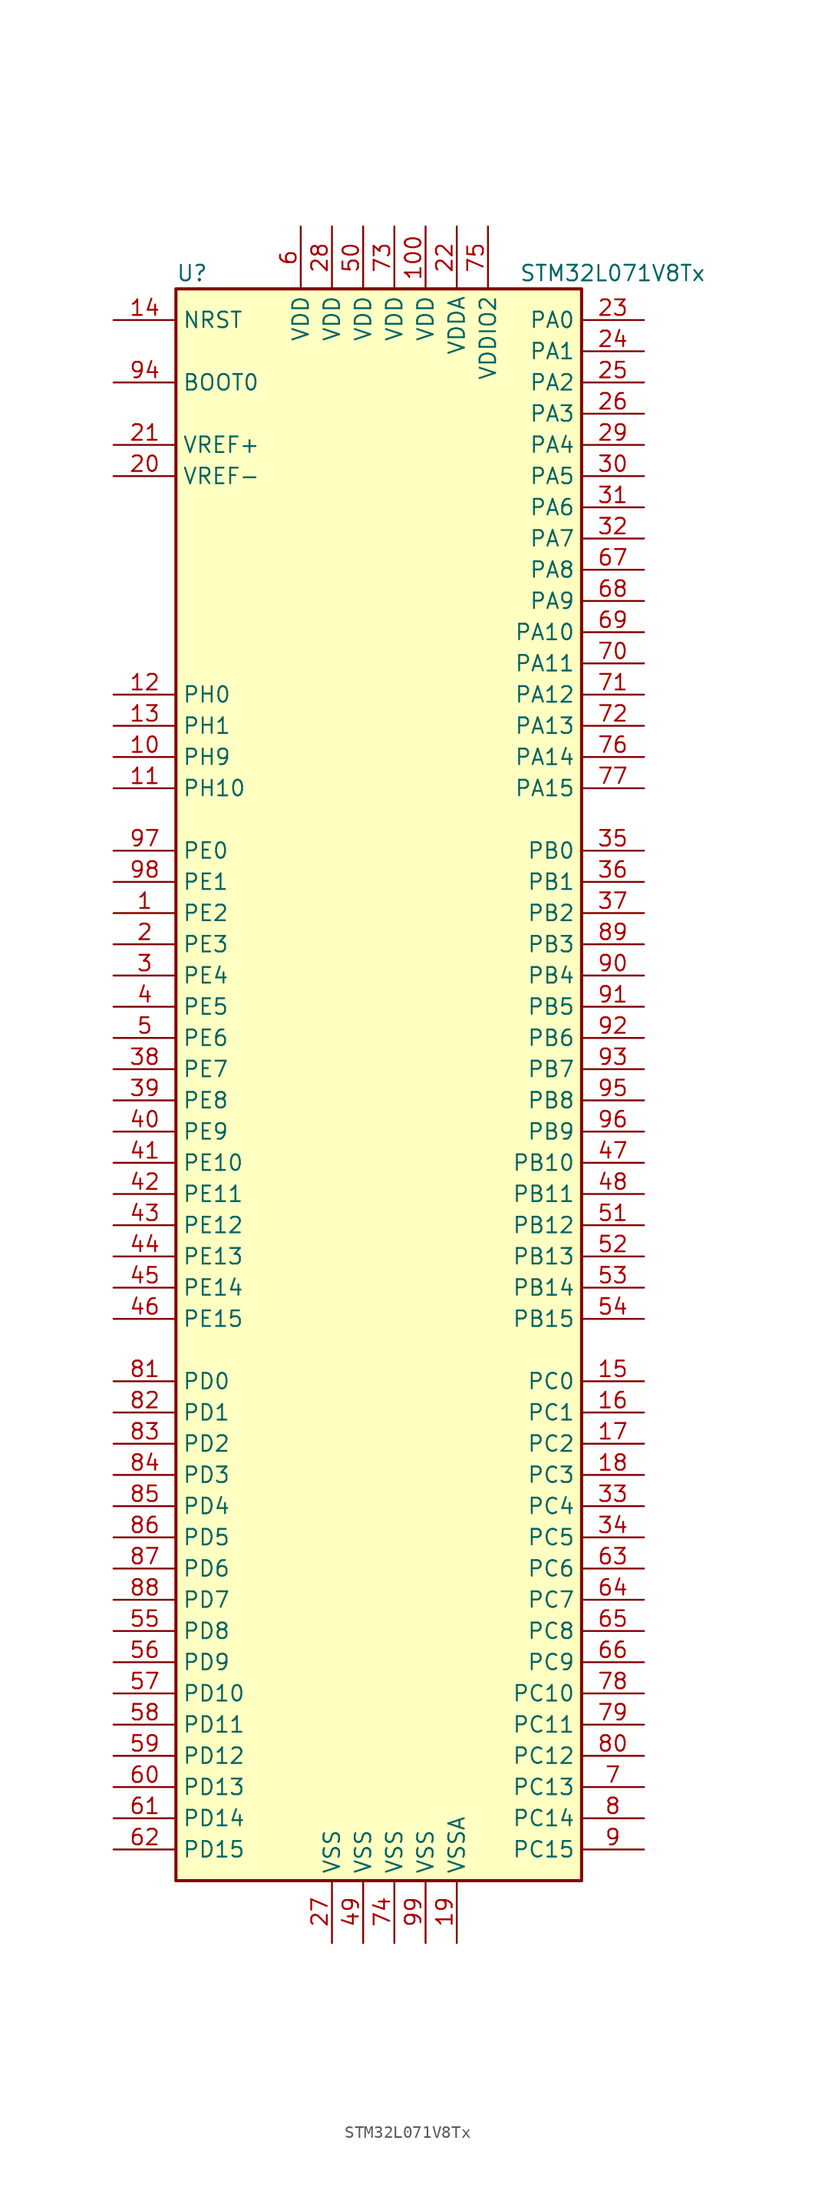
<source format=kicad_sym>
(kicad_symbol_lib
  (version 20201005)
  (generator kicad_symbol_editor)
  (symbol "MCU_ST_STM32L0:STM32L071V8Tx"
    (property "Reference" "U"
      (at -17.78 64.77 0)
      (effects (font (size 1.27 1.27)) (justify left)))
    (property "Value" "STM32L071V8Tx"
      (at 10.16 64.77 0)
      (effects (font (size 1.27 1.27)) (justify left)))
    (symbol "STM32L071V8Tx_0_1"
      (rectangle (start -17.78 -66.04) (end 15.24 63.5) (stroke (width 0.254)) (fill (type background))))
    (symbol "STM32L071V8Tx_1_1"
      (pin input line (at -22.86 55.88 0) (length 5.08) (name "BOOT0" (effects (font (size 1.27 1.27)))) (number "94" (effects (font (size 1.27 1.27)))))
      (pin input line (at -22.86 60.96 0) (length 5.08) (name "NRST" (effects (font (size 1.27 1.27)))) (number "14" (effects (font (size 1.27 1.27)))))
      (pin bidirectional line (at 20.32 60.96 180) (length 5.08) (name "PA0" (effects (font (size 1.27 1.27)))) (number "23" (effects (font (size 1.27 1.27)))))
      (pin bidirectional line (at 20.32 58.42 180) (length 5.08) (name "PA1" (effects (font (size 1.27 1.27)))) (number "24" (effects (font (size 1.27 1.27)))))
      (pin bidirectional line (at 20.32 35.56 180) (length 5.08) (name "PA10" (effects (font (size 1.27 1.27)))) (number "69" (effects (font (size 1.27 1.27)))))
      (pin bidirectional line (at 20.32 33.02 180) (length 5.08) (name "PA11" (effects (font (size 1.27 1.27)))) (number "70" (effects (font (size 1.27 1.27)))))
      (pin bidirectional line (at 20.32 30.48 180) (length 5.08) (name "PA12" (effects (font (size 1.27 1.27)))) (number "71" (effects (font (size 1.27 1.27)))))
      (pin bidirectional line (at 20.32 27.94 180) (length 5.08) (name "PA13" (effects (font (size 1.27 1.27)))) (number "72" (effects (font (size 1.27 1.27)))))
      (pin bidirectional line (at 20.32 25.4 180) (length 5.08) (name "PA14" (effects (font (size 1.27 1.27)))) (number "76" (effects (font (size 1.27 1.27)))))
      (pin bidirectional line (at 20.32 22.86 180) (length 5.08) (name "PA15" (effects (font (size 1.27 1.27)))) (number "77" (effects (font (size 1.27 1.27)))))
      (pin bidirectional line (at 20.32 55.88 180) (length 5.08) (name "PA2" (effects (font (size 1.27 1.27)))) (number "25" (effects (font (size 1.27 1.27)))))
      (pin bidirectional line (at 20.32 53.34 180) (length 5.08) (name "PA3" (effects (font (size 1.27 1.27)))) (number "26" (effects (font (size 1.27 1.27)))))
      (pin bidirectional line (at 20.32 50.8 180) (length 5.08) (name "PA4" (effects (font (size 1.27 1.27)))) (number "29" (effects (font (size 1.27 1.27)))))
      (pin bidirectional line (at 20.32 48.26 180) (length 5.08) (name "PA5" (effects (font (size 1.27 1.27)))) (number "30" (effects (font (size 1.27 1.27)))))
      (pin bidirectional line (at 20.32 45.72 180) (length 5.08) (name "PA6" (effects (font (size 1.27 1.27)))) (number "31" (effects (font (size 1.27 1.27)))))
      (pin bidirectional line (at 20.32 43.18 180) (length 5.08) (name "PA7" (effects (font (size 1.27 1.27)))) (number "32" (effects (font (size 1.27 1.27)))))
      (pin bidirectional line (at 20.32 40.64 180) (length 5.08) (name "PA8" (effects (font (size 1.27 1.27)))) (number "67" (effects (font (size 1.27 1.27)))))
      (pin bidirectional line (at 20.32 38.1 180) (length 5.08) (name "PA9" (effects (font (size 1.27 1.27)))) (number "68" (effects (font (size 1.27 1.27)))))
      (pin bidirectional line (at 20.32 17.78 180) (length 5.08) (name "PB0" (effects (font (size 1.27 1.27)))) (number "35" (effects (font (size 1.27 1.27)))))
      (pin bidirectional line (at 20.32 15.24 180) (length 5.08) (name "PB1" (effects (font (size 1.27 1.27)))) (number "36" (effects (font (size 1.27 1.27)))))
      (pin bidirectional line (at 20.32 -7.62 180) (length 5.08) (name "PB10" (effects (font (size 1.27 1.27)))) (number "47" (effects (font (size 1.27 1.27)))))
      (pin bidirectional line (at 20.32 -10.16 180) (length 5.08) (name "PB11" (effects (font (size 1.27 1.27)))) (number "48" (effects (font (size 1.27 1.27)))))
      (pin bidirectional line (at 20.32 -12.7 180) (length 5.08) (name "PB12" (effects (font (size 1.27 1.27)))) (number "51" (effects (font (size 1.27 1.27)))))
      (pin bidirectional line (at 20.32 -15.24 180) (length 5.08) (name "PB13" (effects (font (size 1.27 1.27)))) (number "52" (effects (font (size 1.27 1.27)))))
      (pin bidirectional line (at 20.32 -17.78 180) (length 5.08) (name "PB14" (effects (font (size 1.27 1.27)))) (number "53" (effects (font (size 1.27 1.27)))))
      (pin bidirectional line (at 20.32 -20.32 180) (length 5.08) (name "PB15" (effects (font (size 1.27 1.27)))) (number "54" (effects (font (size 1.27 1.27)))))
      (pin bidirectional line (at 20.32 12.7 180) (length 5.08) (name "PB2" (effects (font (size 1.27 1.27)))) (number "37" (effects (font (size 1.27 1.27)))))
      (pin bidirectional line (at 20.32 10.16 180) (length 5.08) (name "PB3" (effects (font (size 1.27 1.27)))) (number "89" (effects (font (size 1.27 1.27)))))
      (pin bidirectional line (at 20.32 7.62 180) (length 5.08) (name "PB4" (effects (font (size 1.27 1.27)))) (number "90" (effects (font (size 1.27 1.27)))))
      (pin bidirectional line (at 20.32 5.08 180) (length 5.08) (name "PB5" (effects (font (size 1.27 1.27)))) (number "91" (effects (font (size 1.27 1.27)))))
      (pin bidirectional line (at 20.32 2.54 180) (length 5.08) (name "PB6" (effects (font (size 1.27 1.27)))) (number "92" (effects (font (size 1.27 1.27)))))
      (pin bidirectional line (at 20.32 0 180) (length 5.08) (name "PB7" (effects (font (size 1.27 1.27)))) (number "93" (effects (font (size 1.27 1.27)))))
      (pin bidirectional line (at 20.32 -2.54 180) (length 5.08) (name "PB8" (effects (font (size 1.27 1.27)))) (number "95" (effects (font (size 1.27 1.27)))))
      (pin bidirectional line (at 20.32 -5.08 180) (length 5.08) (name "PB9" (effects (font (size 1.27 1.27)))) (number "96" (effects (font (size 1.27 1.27)))))
      (pin bidirectional line (at 20.32 -25.4 180) (length 5.08) (name "PC0" (effects (font (size 1.27 1.27)))) (number "15" (effects (font (size 1.27 1.27)))))
      (pin bidirectional line (at 20.32 -27.94 180) (length 5.08) (name "PC1" (effects (font (size 1.27 1.27)))) (number "16" (effects (font (size 1.27 1.27)))))
      (pin bidirectional line (at 20.32 -50.8 180) (length 5.08) (name "PC10" (effects (font (size 1.27 1.27)))) (number "78" (effects (font (size 1.27 1.27)))))
      (pin bidirectional line (at 20.32 -53.34 180) (length 5.08) (name "PC11" (effects (font (size 1.27 1.27)))) (number "79" (effects (font (size 1.27 1.27)))))
      (pin bidirectional line (at 20.32 -55.88 180) (length 5.08) (name "PC12" (effects (font (size 1.27 1.27)))) (number "80" (effects (font (size 1.27 1.27)))))
      (pin bidirectional line (at 20.32 -58.42 180) (length 5.08) (name "PC13" (effects (font (size 1.27 1.27)))) (number "7" (effects (font (size 1.27 1.27)))))
      (pin bidirectional line (at 20.32 -60.96 180) (length 5.08) (name "PC14" (effects (font (size 1.27 1.27)))) (number "8" (effects (font (size 1.27 1.27)))))
      (pin bidirectional line (at 20.32 -63.5 180) (length 5.08) (name "PC15" (effects (font (size 1.27 1.27)))) (number "9" (effects (font (size 1.27 1.27)))))
      (pin bidirectional line (at 20.32 -30.48 180) (length 5.08) (name "PC2" (effects (font (size 1.27 1.27)))) (number "17" (effects (font (size 1.27 1.27)))))
      (pin bidirectional line (at 20.32 -33.02 180) (length 5.08) (name "PC3" (effects (font (size 1.27 1.27)))) (number "18" (effects (font (size 1.27 1.27)))))
      (pin bidirectional line (at 20.32 -35.56 180) (length 5.08) (name "PC4" (effects (font (size 1.27 1.27)))) (number "33" (effects (font (size 1.27 1.27)))))
      (pin bidirectional line (at 20.32 -38.1 180) (length 5.08) (name "PC5" (effects (font (size 1.27 1.27)))) (number "34" (effects (font (size 1.27 1.27)))))
      (pin bidirectional line (at 20.32 -40.64 180) (length 5.08) (name "PC6" (effects (font (size 1.27 1.27)))) (number "63" (effects (font (size 1.27 1.27)))))
      (pin bidirectional line (at 20.32 -43.18 180) (length 5.08) (name "PC7" (effects (font (size 1.27 1.27)))) (number "64" (effects (font (size 1.27 1.27)))))
      (pin bidirectional line (at 20.32 -45.72 180) (length 5.08) (name "PC8" (effects (font (size 1.27 1.27)))) (number "65" (effects (font (size 1.27 1.27)))))
      (pin bidirectional line (at 20.32 -48.26 180) (length 5.08) (name "PC9" (effects (font (size 1.27 1.27)))) (number "66" (effects (font (size 1.27 1.27)))))
      (pin bidirectional line (at -22.86 -25.4 0) (length 5.08) (name "PD0" (effects (font (size 1.27 1.27)))) (number "81" (effects (font (size 1.27 1.27)))))
      (pin bidirectional line (at -22.86 -27.94 0) (length 5.08) (name "PD1" (effects (font (size 1.27 1.27)))) (number "82" (effects (font (size 1.27 1.27)))))
      (pin bidirectional line (at -22.86 -50.8 0) (length 5.08) (name "PD10" (effects (font (size 1.27 1.27)))) (number "57" (effects (font (size 1.27 1.27)))))
      (pin bidirectional line (at -22.86 -53.34 0) (length 5.08) (name "PD11" (effects (font (size 1.27 1.27)))) (number "58" (effects (font (size 1.27 1.27)))))
      (pin bidirectional line (at -22.86 -55.88 0) (length 5.08) (name "PD12" (effects (font (size 1.27 1.27)))) (number "59" (effects (font (size 1.27 1.27)))))
      (pin bidirectional line (at -22.86 -58.42 0) (length 5.08) (name "PD13" (effects (font (size 1.27 1.27)))) (number "60" (effects (font (size 1.27 1.27)))))
      (pin bidirectional line (at -22.86 -60.96 0) (length 5.08) (name "PD14" (effects (font (size 1.27 1.27)))) (number "61" (effects (font (size 1.27 1.27)))))
      (pin bidirectional line (at -22.86 -63.5 0) (length 5.08) (name "PD15" (effects (font (size 1.27 1.27)))) (number "62" (effects (font (size 1.27 1.27)))))
      (pin bidirectional line (at -22.86 -30.48 0) (length 5.08) (name "PD2" (effects (font (size 1.27 1.27)))) (number "83" (effects (font (size 1.27 1.27)))))
      (pin bidirectional line (at -22.86 -33.02 0) (length 5.08) (name "PD3" (effects (font (size 1.27 1.27)))) (number "84" (effects (font (size 1.27 1.27)))))
      (pin bidirectional line (at -22.86 -35.56 0) (length 5.08) (name "PD4" (effects (font (size 1.27 1.27)))) (number "85" (effects (font (size 1.27 1.27)))))
      (pin bidirectional line (at -22.86 -38.1 0) (length 5.08) (name "PD5" (effects (font (size 1.27 1.27)))) (number "86" (effects (font (size 1.27 1.27)))))
      (pin bidirectional line (at -22.86 -40.64 0) (length 5.08) (name "PD6" (effects (font (size 1.27 1.27)))) (number "87" (effects (font (size 1.27 1.27)))))
      (pin bidirectional line (at -22.86 -43.18 0) (length 5.08) (name "PD7" (effects (font (size 1.27 1.27)))) (number "88" (effects (font (size 1.27 1.27)))))
      (pin bidirectional line (at -22.86 -45.72 0) (length 5.08) (name "PD8" (effects (font (size 1.27 1.27)))) (number "55" (effects (font (size 1.27 1.27)))))
      (pin bidirectional line (at -22.86 -48.26 0) (length 5.08) (name "PD9" (effects (font (size 1.27 1.27)))) (number "56" (effects (font (size 1.27 1.27)))))
      (pin bidirectional line (at -22.86 17.78 0) (length 5.08) (name "PE0" (effects (font (size 1.27 1.27)))) (number "97" (effects (font (size 1.27 1.27)))))
      (pin bidirectional line (at -22.86 15.24 0) (length 5.08) (name "PE1" (effects (font (size 1.27 1.27)))) (number "98" (effects (font (size 1.27 1.27)))))
      (pin bidirectional line (at -22.86 -7.62 0) (length 5.08) (name "PE10" (effects (font (size 1.27 1.27)))) (number "41" (effects (font (size 1.27 1.27)))))
      (pin bidirectional line (at -22.86 -10.16 0) (length 5.08) (name "PE11" (effects (font (size 1.27 1.27)))) (number "42" (effects (font (size 1.27 1.27)))))
      (pin bidirectional line (at -22.86 -12.7 0) (length 5.08) (name "PE12" (effects (font (size 1.27 1.27)))) (number "43" (effects (font (size 1.27 1.27)))))
      (pin bidirectional line (at -22.86 -15.24 0) (length 5.08) (name "PE13" (effects (font (size 1.27 1.27)))) (number "44" (effects (font (size 1.27 1.27)))))
      (pin bidirectional line (at -22.86 -17.78 0) (length 5.08) (name "PE14" (effects (font (size 1.27 1.27)))) (number "45" (effects (font (size 1.27 1.27)))))
      (pin bidirectional line (at -22.86 -20.32 0) (length 5.08) (name "PE15" (effects (font (size 1.27 1.27)))) (number "46" (effects (font (size 1.27 1.27)))))
      (pin bidirectional line (at -22.86 12.7 0) (length 5.08) (name "PE2" (effects (font (size 1.27 1.27)))) (number "1" (effects (font (size 1.27 1.27)))))
      (pin bidirectional line (at -22.86 10.16 0) (length 5.08) (name "PE3" (effects (font (size 1.27 1.27)))) (number "2" (effects (font (size 1.27 1.27)))))
      (pin bidirectional line (at -22.86 7.62 0) (length 5.08) (name "PE4" (effects (font (size 1.27 1.27)))) (number "3" (effects (font (size 1.27 1.27)))))
      (pin bidirectional line (at -22.86 5.08 0) (length 5.08) (name "PE5" (effects (font (size 1.27 1.27)))) (number "4" (effects (font (size 1.27 1.27)))))
      (pin bidirectional line (at -22.86 2.54 0) (length 5.08) (name "PE6" (effects (font (size 1.27 1.27)))) (number "5" (effects (font (size 1.27 1.27)))))
      (pin bidirectional line (at -22.86 0 0) (length 5.08) (name "PE7" (effects (font (size 1.27 1.27)))) (number "38" (effects (font (size 1.27 1.27)))))
      (pin bidirectional line (at -22.86 -2.54 0) (length 5.08) (name "PE8" (effects (font (size 1.27 1.27)))) (number "39" (effects (font (size 1.27 1.27)))))
      (pin bidirectional line (at -22.86 -5.08 0) (length 5.08) (name "PE9" (effects (font (size 1.27 1.27)))) (number "40" (effects (font (size 1.27 1.27)))))
      (pin input line (at -22.86 30.48 0) (length 5.08) (name "PH0" (effects (font (size 1.27 1.27)))) (number "12" (effects (font (size 1.27 1.27)))))
      (pin input line (at -22.86 27.94 0) (length 5.08) (name "PH1" (effects (font (size 1.27 1.27)))) (number "13" (effects (font (size 1.27 1.27)))))
      (pin bidirectional line (at -22.86 22.86 0) (length 5.08) (name "PH10" (effects (font (size 1.27 1.27)))) (number "11" (effects (font (size 1.27 1.27)))))
      (pin bidirectional line (at -22.86 25.4 0) (length 5.08) (name "PH9" (effects (font (size 1.27 1.27)))) (number "10" (effects (font (size 1.27 1.27)))))
      (pin power_in line (at 2.54 68.58 270) (length 5.08) (name "VDD" (effects (font (size 1.27 1.27)))) (number "100" (effects (font (size 1.27 1.27)))))
      (pin power_in line (at -5.08 68.58 270) (length 5.08) (name "VDD" (effects (font (size 1.27 1.27)))) (number "28" (effects (font (size 1.27 1.27)))))
      (pin power_in line (at -2.54 68.58 270) (length 5.08) (name "VDD" (effects (font (size 1.27 1.27)))) (number "50" (effects (font (size 1.27 1.27)))))
      (pin power_in line (at -7.62 68.58 270) (length 5.08) (name "VDD" (effects (font (size 1.27 1.27)))) (number "6" (effects (font (size 1.27 1.27)))))
      (pin power_in line (at 0 68.58 270) (length 5.08) (name "VDD" (effects (font (size 1.27 1.27)))) (number "73" (effects (font (size 1.27 1.27)))))
      (pin power_in line (at 5.08 68.58 270) (length 5.08) (name "VDDA" (effects (font (size 1.27 1.27)))) (number "22" (effects (font (size 1.27 1.27)))))
      (pin power_in line (at 7.62 68.58 270) (length 5.08) (name "VDDIO2" (effects (font (size 1.27 1.27)))) (number "75" (effects (font (size 1.27 1.27)))))
      (pin power_in line (at -22.86 50.8 0) (length 5.08) (name "VREF+" (effects (font (size 1.27 1.27)))) (number "21" (effects (font (size 1.27 1.27)))))
      (pin power_in line (at -22.86 48.26 0) (length 5.08) (name "VREF-" (effects (font (size 1.27 1.27)))) (number "20" (effects (font (size 1.27 1.27)))))
      (pin power_in line (at -5.08 -71.12 90) (length 5.08) (name "VSS" (effects (font (size 1.27 1.27)))) (number "27" (effects (font (size 1.27 1.27)))))
      (pin power_in line (at -2.54 -71.12 90) (length 5.08) (name "VSS" (effects (font (size 1.27 1.27)))) (number "49" (effects (font (size 1.27 1.27)))))
      (pin power_in line (at 0 -71.12 90) (length 5.08) (name "VSS" (effects (font (size 1.27 1.27)))) (number "74" (effects (font (size 1.27 1.27)))))
      (pin power_in line (at 2.54 -71.12 90) (length 5.08) (name "VSS" (effects (font (size 1.27 1.27)))) (number "99" (effects (font (size 1.27 1.27)))))
      (pin power_in line (at 5.08 -71.12 90) (length 5.08) (name "VSSA" (effects (font (size 1.27 1.27)))) (number "19" (effects (font (size 1.27 1.27))))))))
</source>
